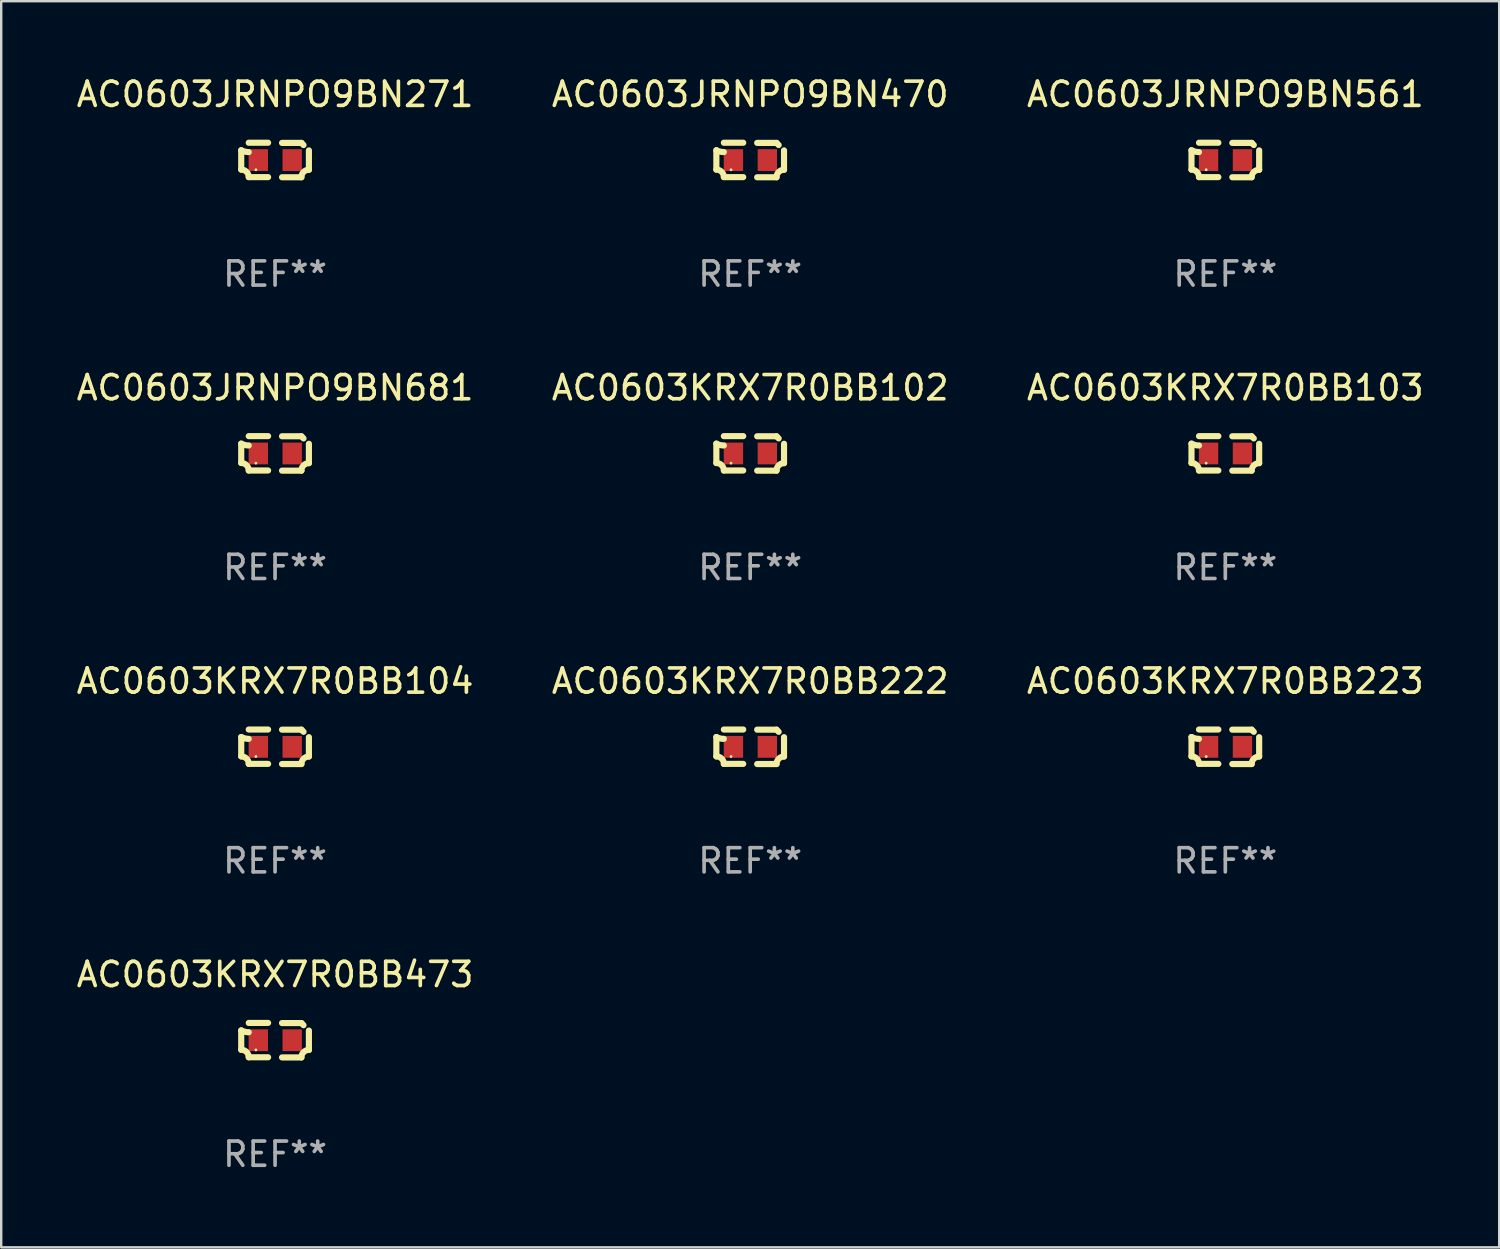
<source format=kicad_pcb>
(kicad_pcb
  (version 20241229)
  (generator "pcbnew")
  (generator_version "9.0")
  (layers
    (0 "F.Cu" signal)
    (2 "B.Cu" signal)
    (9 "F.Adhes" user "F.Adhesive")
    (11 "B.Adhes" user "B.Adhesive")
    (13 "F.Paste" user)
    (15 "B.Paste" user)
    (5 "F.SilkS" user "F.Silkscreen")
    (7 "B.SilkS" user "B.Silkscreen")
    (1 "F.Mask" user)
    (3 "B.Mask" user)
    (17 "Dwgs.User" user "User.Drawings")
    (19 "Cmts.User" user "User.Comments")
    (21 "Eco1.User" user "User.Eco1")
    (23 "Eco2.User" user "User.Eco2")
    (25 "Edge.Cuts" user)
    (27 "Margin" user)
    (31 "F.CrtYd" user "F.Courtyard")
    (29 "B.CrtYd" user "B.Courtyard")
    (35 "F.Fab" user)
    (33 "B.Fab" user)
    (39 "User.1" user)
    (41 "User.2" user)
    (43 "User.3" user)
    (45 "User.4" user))
  (footprint "AC0603KRX7R0BB104"
    (layer "F.Cu")
    (at 8.315 27.805)
    (property "Reference" "AC0603KRX7R0BB104" (at 0 -2.713 0) (layer "F.SilkS") (effects (font (size 1 1) (thickness 0.15))))
    (attr through_hole)
    (fp_line (start -1.398 -0.403) (end -1.398 0.397) (stroke (width 0.254) (type solid)) (layer "F.SilkS"))
    (fp_line (start -0.288 -0.713) (end -1.088 -0.713) (stroke (width 0.254) (type solid)) (layer "F.SilkS"))
    (fp_line (start -0.288 0.707) (end -1.088 0.707) (stroke (width 0.254) (type solid)) (layer "F.SilkS"))
    (fp_line (start 0.288 -0.707) (end 1.088 -0.707) (stroke (width 0.254) (type solid)) (layer "F.SilkS"))
    (fp_line (start 0.288 0.713) (end 1.088 0.713) (stroke (width 0.254) (type solid)) (layer "F.SilkS"))
    (fp_line (start 1.398 -0.397) (end 1.398 0.403) (stroke (width 0.254) (type solid)) (layer "F.SilkS"))
    (fp_arc (start -1.397789 0.397066) (mid -1.178701 0.487826) (end -1.08796 0.706922) (stroke (width 0.254001) (type solid)) (layer "F.SilkS"))
    (fp_arc (start -1.08796 -0.327176) (mid -1.247436 -0.346384) (end -1.39779 -0.402908) (stroke (width 0.254001) (type solid)) (layer "F.SilkS"))
    (fp_arc (start 1.087909 0.712738) (mid 1.178656 0.493655) (end 1.397739 0.402908) (stroke (width 0.254001) (type solid)) (layer "F.SilkS"))
    (fp_arc (start 1.175925 -0.618926) (mid 1.131917 -0.662923) (end 1.08791 -0.706922) (stroke (width 0.254001) (type solid)) (layer "F.SilkS"))
    (fp_circle (center -0.792 0.403) (end -0.762 0.403) (stroke (width 0.06) (type solid)) (fill no) (layer "F.SilkS"))
    (fp_text user "REF**" (at 0 4.713 0) (layer "F.Fab") (effects (font (size 1 1) (thickness 0.15))))
    (pad "1" smd rect (at -0.692 0.003) (size 0.8 0.9) (layers "F.Cu" "F.Mask" "F.Paste"))
    (pad "2" smd rect (at 0.708 0.003) (size 0.8 0.9) (layers "F.Cu" "F.Mask" "F.Paste")))
  (footprint "AC0603KRX7R0BB223"
    (layer "F.Cu")
    (at 47.577 27.805)
    (property "Reference" "AC0603KRX7R0BB223" (at 0 -2.713 0) (layer "F.SilkS") (effects (font (size 1 1) (thickness 0.15))))
    (attr through_hole)
    (fp_line (start -1.398 -0.403) (end -1.398 0.397) (stroke (width 0.254) (type solid)) (layer "F.SilkS"))
    (fp_line (start -0.288 -0.713) (end -1.088 -0.713) (stroke (width 0.254) (type solid)) (layer "F.SilkS"))
    (fp_line (start -0.288 0.707) (end -1.088 0.707) (stroke (width 0.254) (type solid)) (layer "F.SilkS"))
    (fp_line (start 0.288 -0.707) (end 1.088 -0.707) (stroke (width 0.254) (type solid)) (layer "F.SilkS"))
    (fp_line (start 0.288 0.713) (end 1.088 0.713) (stroke (width 0.254) (type solid)) (layer "F.SilkS"))
    (fp_line (start 1.398 -0.397) (end 1.398 0.403) (stroke (width 0.254) (type solid)) (layer "F.SilkS"))
    (fp_arc (start -1.397789 0.397066) (mid -1.178701 0.487826) (end -1.08796 0.706922) (stroke (width 0.254001) (type solid)) (layer "F.SilkS"))
    (fp_arc (start -1.08796 -0.327176) (mid -1.247436 -0.346384) (end -1.39779 -0.402908) (stroke (width 0.254001) (type solid)) (layer "F.SilkS"))
    (fp_arc (start 1.087909 0.712738) (mid 1.178656 0.493655) (end 1.397739 0.402908) (stroke (width 0.254001) (type solid)) (layer "F.SilkS"))
    (fp_arc (start 1.175925 -0.618926) (mid 1.131917 -0.662923) (end 1.08791 -0.706922) (stroke (width 0.254001) (type solid)) (layer "F.SilkS"))
    (fp_circle (center -0.792 0.403) (end -0.762 0.403) (stroke (width 0.06) (type solid)) (fill no) (layer "F.SilkS"))
    (fp_text user "REF**" (at 0 4.713 0) (layer "F.Fab") (effects (font (size 1 1) (thickness 0.15))))
    (pad "1" smd rect (at -0.692 0.003) (size 0.8 0.9) (layers "F.Cu" "F.Mask" "F.Paste"))
    (pad "2" smd rect (at 0.708 0.003) (size 0.8 0.9) (layers "F.Cu" "F.Mask" "F.Paste")))
  (footprint "AC0603JRNPO9BN681"
    (layer "F.Cu")
    (at 8.315 15.683)
    (property "Reference" "AC0603JRNPO9BN681" (at 0 -2.713 0) (layer "F.SilkS") (effects (font (size 1 1) (thickness 0.15))))
    (attr through_hole)
    (fp_line (start -1.398 -0.403) (end -1.398 0.397) (stroke (width 0.254) (type solid)) (layer "F.SilkS"))
    (fp_line (start -0.288 -0.713) (end -1.088 -0.713) (stroke (width 0.254) (type solid)) (layer "F.SilkS"))
    (fp_line (start -0.288 0.707) (end -1.088 0.707) (stroke (width 0.254) (type solid)) (layer "F.SilkS"))
    (fp_line (start 0.288 -0.707) (end 1.088 -0.707) (stroke (width 0.254) (type solid)) (layer "F.SilkS"))
    (fp_line (start 0.288 0.713) (end 1.088 0.713) (stroke (width 0.254) (type solid)) (layer "F.SilkS"))
    (fp_line (start 1.398 -0.397) (end 1.398 0.403) (stroke (width 0.254) (type solid)) (layer "F.SilkS"))
    (fp_arc (start -1.397789 0.397066) (mid -1.178701 0.487826) (end -1.08796 0.706922) (stroke (width 0.254001) (type solid)) (layer "F.SilkS"))
    (fp_arc (start -1.08796 -0.327176) (mid -1.247436 -0.346384) (end -1.39779 -0.402908) (stroke (width 0.254001) (type solid)) (layer "F.SilkS"))
    (fp_arc (start 1.087909 0.712738) (mid 1.178656 0.493655) (end 1.397739 0.402908) (stroke (width 0.254001) (type solid)) (layer "F.SilkS"))
    (fp_arc (start 1.175925 -0.618926) (mid 1.131917 -0.662923) (end 1.08791 -0.706922) (stroke (width 0.254001) (type solid)) (layer "F.SilkS"))
    (fp_circle (center -0.792 0.403) (end -0.762 0.403) (stroke (width 0.06) (type solid)) (fill no) (layer "F.SilkS"))
    (fp_text user "REF**" (at 0 4.713 0) (layer "F.Fab") (effects (font (size 1 1) (thickness 0.15))))
    (pad "1" smd rect (at -0.692 0.003) (size 0.8 0.9) (layers "F.Cu" "F.Mask" "F.Paste"))
    (pad "2" smd rect (at 0.708 0.003) (size 0.8 0.9) (layers "F.Cu" "F.Mask" "F.Paste")))
  (footprint "AC0603KRX7R0BB103"
    (layer "F.Cu")
    (at 47.577 15.683)
    (property "Reference" "AC0603KRX7R0BB103" (at 0 -2.713 0) (layer "F.SilkS") (effects (font (size 1 1) (thickness 0.15))))
    (attr through_hole)
    (fp_line (start -1.398 -0.403) (end -1.398 0.397) (stroke (width 0.254) (type solid)) (layer "F.SilkS"))
    (fp_line (start -0.288 -0.713) (end -1.088 -0.713) (stroke (width 0.254) (type solid)) (layer "F.SilkS"))
    (fp_line (start -0.288 0.707) (end -1.088 0.707) (stroke (width 0.254) (type solid)) (layer "F.SilkS"))
    (fp_line (start 0.288 -0.707) (end 1.088 -0.707) (stroke (width 0.254) (type solid)) (layer "F.SilkS"))
    (fp_line (start 0.288 0.713) (end 1.088 0.713) (stroke (width 0.254) (type solid)) (layer "F.SilkS"))
    (fp_line (start 1.398 -0.397) (end 1.398 0.403) (stroke (width 0.254) (type solid)) (layer "F.SilkS"))
    (fp_arc (start -1.397789 0.397066) (mid -1.178701 0.487826) (end -1.08796 0.706922) (stroke (width 0.254001) (type solid)) (layer "F.SilkS"))
    (fp_arc (start -1.08796 -0.327176) (mid -1.247436 -0.346384) (end -1.39779 -0.402908) (stroke (width 0.254001) (type solid)) (layer "F.SilkS"))
    (fp_arc (start 1.087909 0.712738) (mid 1.178656 0.493655) (end 1.397739 0.402908) (stroke (width 0.254001) (type solid)) (layer "F.SilkS"))
    (fp_arc (start 1.175925 -0.618926) (mid 1.131917 -0.662923) (end 1.08791 -0.706922) (stroke (width 0.254001) (type solid)) (layer "F.SilkS"))
    (fp_circle (center -0.792 0.403) (end -0.762 0.403) (stroke (width 0.06) (type solid)) (fill no) (layer "F.SilkS"))
    (fp_text user "REF**" (at 0 4.713 0) (layer "F.Fab") (effects (font (size 1 1) (thickness 0.15))))
    (pad "1" smd rect (at -0.692 0.003) (size 0.8 0.9) (layers "F.Cu" "F.Mask" "F.Paste"))
    (pad "2" smd rect (at 0.708 0.003) (size 0.8 0.9) (layers "F.Cu" "F.Mask" "F.Paste")))
  (footprint "AC0603KRX7R0BB102"
    (layer "F.Cu")
    (at 27.946 15.683)
    (property "Reference" "AC0603KRX7R0BB102" (at 0 -2.713 0) (layer "F.SilkS") (effects (font (size 1 1) (thickness 0.15))))
    (attr through_hole)
    (fp_line (start -1.398 -0.403) (end -1.398 0.397) (stroke (width 0.254) (type solid)) (layer "F.SilkS"))
    (fp_line (start -0.288 -0.713) (end -1.088 -0.713) (stroke (width 0.254) (type solid)) (layer "F.SilkS"))
    (fp_line (start -0.288 0.707) (end -1.088 0.707) (stroke (width 0.254) (type solid)) (layer "F.SilkS"))
    (fp_line (start 0.288 -0.707) (end 1.088 -0.707) (stroke (width 0.254) (type solid)) (layer "F.SilkS"))
    (fp_line (start 0.288 0.713) (end 1.088 0.713) (stroke (width 0.254) (type solid)) (layer "F.SilkS"))
    (fp_line (start 1.398 -0.397) (end 1.398 0.403) (stroke (width 0.254) (type solid)) (layer "F.SilkS"))
    (fp_arc (start -1.397789 0.397066) (mid -1.178701 0.487826) (end -1.08796 0.706922) (stroke (width 0.254001) (type solid)) (layer "F.SilkS"))
    (fp_arc (start -1.08796 -0.327176) (mid -1.247436 -0.346384) (end -1.39779 -0.402908) (stroke (width 0.254001) (type solid)) (layer "F.SilkS"))
    (fp_arc (start 1.087909 0.712738) (mid 1.178656 0.493655) (end 1.397739 0.402908) (stroke (width 0.254001) (type solid)) (layer "F.SilkS"))
    (fp_arc (start 1.175925 -0.618926) (mid 1.131917 -0.662923) (end 1.08791 -0.706922) (stroke (width 0.254001) (type solid)) (layer "F.SilkS"))
    (fp_circle (center -0.792 0.403) (end -0.762 0.403) (stroke (width 0.06) (type solid)) (fill no) (layer "F.SilkS"))
    (fp_text user "REF**" (at 0 4.713 0) (layer "F.Fab") (effects (font (size 1 1) (thickness 0.15))))
    (pad "1" smd rect (at -0.692 0.003) (size 0.8 0.9) (layers "F.Cu" "F.Mask" "F.Paste"))
    (pad "2" smd rect (at 0.708 0.003) (size 0.8 0.9) (layers "F.Cu" "F.Mask" "F.Paste")))
  (footprint "AC0603JRNPO9BN271"
    (layer "F.Cu")
    (at 8.315 3.561)
    (property "Reference" "AC0603JRNPO9BN271" (at 0 -2.713 0) (layer "F.SilkS") (effects (font (size 1 1) (thickness 0.15))))
    (attr through_hole)
    (fp_line (start -1.398 -0.403) (end -1.398 0.397) (stroke (width 0.254) (type solid)) (layer "F.SilkS"))
    (fp_line (start -0.288 -0.713) (end -1.088 -0.713) (stroke (width 0.254) (type solid)) (layer "F.SilkS"))
    (fp_line (start -0.288 0.707) (end -1.088 0.707) (stroke (width 0.254) (type solid)) (layer "F.SilkS"))
    (fp_line (start 0.288 -0.707) (end 1.088 -0.707) (stroke (width 0.254) (type solid)) (layer "F.SilkS"))
    (fp_line (start 0.288 0.713) (end 1.088 0.713) (stroke (width 0.254) (type solid)) (layer "F.SilkS"))
    (fp_line (start 1.398 -0.397) (end 1.398 0.403) (stroke (width 0.254) (type solid)) (layer "F.SilkS"))
    (fp_arc (start -1.397789 0.397066) (mid -1.178701 0.487826) (end -1.08796 0.706922) (stroke (width 0.254001) (type solid)) (layer "F.SilkS"))
    (fp_arc (start -1.08796 -0.327176) (mid -1.247436 -0.346384) (end -1.39779 -0.402908) (stroke (width 0.254001) (type solid)) (layer "F.SilkS"))
    (fp_arc (start 1.087909 0.712738) (mid 1.178656 0.493655) (end 1.397739 0.402908) (stroke (width 0.254001) (type solid)) (layer "F.SilkS"))
    (fp_arc (start 1.175925 -0.618926) (mid 1.131917 -0.662923) (end 1.08791 -0.706922) (stroke (width 0.254001) (type solid)) (layer "F.SilkS"))
    (fp_circle (center -0.792 0.403) (end -0.762 0.403) (stroke (width 0.06) (type solid)) (fill no) (layer "F.SilkS"))
    (fp_text user "REF**" (at 0 4.713 0) (layer "F.Fab") (effects (font (size 1 1) (thickness 0.15))))
    (pad "1" smd rect (at -0.692 0.003) (size 0.8 0.9) (layers "F.Cu" "F.Mask" "F.Paste"))
    (pad "2" smd rect (at 0.708 0.003) (size 0.8 0.9) (layers "F.Cu" "F.Mask" "F.Paste")))
  (footprint "AC0603KRX7R0BB222"
    (layer "F.Cu")
    (at 27.946 27.805)
    (property "Reference" "AC0603KRX7R0BB222" (at 0 -2.713 0) (layer "F.SilkS") (effects (font (size 1 1) (thickness 0.15))))
    (attr through_hole)
    (fp_line (start -1.398 -0.403) (end -1.398 0.397) (stroke (width 0.254) (type solid)) (layer "F.SilkS"))
    (fp_line (start -0.288 -0.713) (end -1.088 -0.713) (stroke (width 0.254) (type solid)) (layer "F.SilkS"))
    (fp_line (start -0.288 0.707) (end -1.088 0.707) (stroke (width 0.254) (type solid)) (layer "F.SilkS"))
    (fp_line (start 0.288 -0.707) (end 1.088 -0.707) (stroke (width 0.254) (type solid)) (layer "F.SilkS"))
    (fp_line (start 0.288 0.713) (end 1.088 0.713) (stroke (width 0.254) (type solid)) (layer "F.SilkS"))
    (fp_line (start 1.398 -0.397) (end 1.398 0.403) (stroke (width 0.254) (type solid)) (layer "F.SilkS"))
    (fp_arc (start -1.397789 0.397066) (mid -1.178701 0.487826) (end -1.08796 0.706922) (stroke (width 0.254001) (type solid)) (layer "F.SilkS"))
    (fp_arc (start -1.08796 -0.327176) (mid -1.247436 -0.346384) (end -1.39779 -0.402908) (stroke (width 0.254001) (type solid)) (layer "F.SilkS"))
    (fp_arc (start 1.087909 0.712738) (mid 1.178656 0.493655) (end 1.397739 0.402908) (stroke (width 0.254001) (type solid)) (layer "F.SilkS"))
    (fp_arc (start 1.175925 -0.618926) (mid 1.131917 -0.662923) (end 1.08791 -0.706922) (stroke (width 0.254001) (type solid)) (layer "F.SilkS"))
    (fp_circle (center -0.792 0.403) (end -0.762 0.403) (stroke (width 0.06) (type solid)) (fill no) (layer "F.SilkS"))
    (fp_text user "REF**" (at 0 4.713 0) (layer "F.Fab") (effects (font (size 1 1) (thickness 0.15))))
    (pad "1" smd rect (at -0.692 0.003) (size 0.8 0.9) (layers "F.Cu" "F.Mask" "F.Paste"))
    (pad "2" smd rect (at 0.708 0.003) (size 0.8 0.9) (layers "F.Cu" "F.Mask" "F.Paste")))
  (footprint "AC0603JRNPO9BN470"
    (layer "F.Cu")
    (at 27.946 3.561)
    (property "Reference" "AC0603JRNPO9BN470" (at 0 -2.713 0) (layer "F.SilkS") (effects (font (size 1 1) (thickness 0.15))))
    (attr through_hole)
    (fp_line (start -1.398 -0.403) (end -1.398 0.397) (stroke (width 0.254) (type solid)) (layer "F.SilkS"))
    (fp_line (start -0.288 -0.713) (end -1.088 -0.713) (stroke (width 0.254) (type solid)) (layer "F.SilkS"))
    (fp_line (start -0.288 0.707) (end -1.088 0.707) (stroke (width 0.254) (type solid)) (layer "F.SilkS"))
    (fp_line (start 0.288 -0.707) (end 1.088 -0.707) (stroke (width 0.254) (type solid)) (layer "F.SilkS"))
    (fp_line (start 0.288 0.713) (end 1.088 0.713) (stroke (width 0.254) (type solid)) (layer "F.SilkS"))
    (fp_line (start 1.398 -0.397) (end 1.398 0.403) (stroke (width 0.254) (type solid)) (layer "F.SilkS"))
    (fp_arc (start -1.397789 0.397066) (mid -1.178701 0.487826) (end -1.08796 0.706922) (stroke (width 0.254001) (type solid)) (layer "F.SilkS"))
    (fp_arc (start -1.08796 -0.327176) (mid -1.247436 -0.346384) (end -1.39779 -0.402908) (stroke (width 0.254001) (type solid)) (layer "F.SilkS"))
    (fp_arc (start 1.087909 0.712738) (mid 1.178656 0.493655) (end 1.397739 0.402908) (stroke (width 0.254001) (type solid)) (layer "F.SilkS"))
    (fp_arc (start 1.175925 -0.618926) (mid 1.131917 -0.662923) (end 1.08791 -0.706922) (stroke (width 0.254001) (type solid)) (layer "F.SilkS"))
    (fp_circle (center -0.792 0.403) (end -0.762 0.403) (stroke (width 0.06) (type solid)) (fill no) (layer "F.SilkS"))
    (fp_text user "REF**" (at 0 4.713 0) (layer "F.Fab") (effects (font (size 1 1) (thickness 0.15))))
    (pad "1" smd rect (at -0.692 0.003) (size 0.8 0.9) (layers "F.Cu" "F.Mask" "F.Paste"))
    (pad "2" smd rect (at 0.708 0.003) (size 0.8 0.9) (layers "F.Cu" "F.Mask" "F.Paste")))
  (footprint "AC0603JRNPO9BN561"
    (layer "F.Cu")
    (at 47.577 3.561)
    (property "Reference" "AC0603JRNPO9BN561" (at 0 -2.713 0) (layer "F.SilkS") (effects (font (size 1 1) (thickness 0.15))))
    (attr through_hole)
    (fp_line (start -1.398 -0.403) (end -1.398 0.397) (stroke (width 0.254) (type solid)) (layer "F.SilkS"))
    (fp_line (start -0.288 -0.713) (end -1.088 -0.713) (stroke (width 0.254) (type solid)) (layer "F.SilkS"))
    (fp_line (start -0.288 0.707) (end -1.088 0.707) (stroke (width 0.254) (type solid)) (layer "F.SilkS"))
    (fp_line (start 0.288 -0.707) (end 1.088 -0.707) (stroke (width 0.254) (type solid)) (layer "F.SilkS"))
    (fp_line (start 0.288 0.713) (end 1.088 0.713) (stroke (width 0.254) (type solid)) (layer "F.SilkS"))
    (fp_line (start 1.398 -0.397) (end 1.398 0.403) (stroke (width 0.254) (type solid)) (layer "F.SilkS"))
    (fp_arc (start -1.397789 0.397066) (mid -1.178701 0.487826) (end -1.08796 0.706922) (stroke (width 0.254001) (type solid)) (layer "F.SilkS"))
    (fp_arc (start -1.08796 -0.327176) (mid -1.247436 -0.346384) (end -1.39779 -0.402908) (stroke (width 0.254001) (type solid)) (layer "F.SilkS"))
    (fp_arc (start 1.087909 0.712738) (mid 1.178656 0.493655) (end 1.397739 0.402908) (stroke (width 0.254001) (type solid)) (layer "F.SilkS"))
    (fp_arc (start 1.175925 -0.618926) (mid 1.131917 -0.662923) (end 1.08791 -0.706922) (stroke (width 0.254001) (type solid)) (layer "F.SilkS"))
    (fp_circle (center -0.792 0.403) (end -0.762 0.403) (stroke (width 0.06) (type solid)) (fill no) (layer "F.SilkS"))
    (fp_text user "REF**" (at 0 4.713 0) (layer "F.Fab") (effects (font (size 1 1) (thickness 0.15))))
    (pad "1" smd rect (at -0.692 0.003) (size 0.8 0.9) (layers "F.Cu" "F.Mask" "F.Paste"))
    (pad "2" smd rect (at 0.708 0.003) (size 0.8 0.9) (layers "F.Cu" "F.Mask" "F.Paste")))
  (footprint "AC0603KRX7R0BB473"
    (layer "F.Cu")
    (at 8.315 39.927)
    (property "Reference" "AC0603KRX7R0BB473" (at 0 -2.713 0) (layer "F.SilkS") (effects (font (size 1 1) (thickness 0.15))))
    (attr through_hole)
    (fp_line (start -1.398 -0.403) (end -1.398 0.397) (stroke (width 0.254) (type solid)) (layer "F.SilkS"))
    (fp_line (start -0.288 -0.713) (end -1.088 -0.713) (stroke (width 0.254) (type solid)) (layer "F.SilkS"))
    (fp_line (start -0.288 0.707) (end -1.088 0.707) (stroke (width 0.254) (type solid)) (layer "F.SilkS"))
    (fp_line (start 0.288 -0.707) (end 1.088 -0.707) (stroke (width 0.254) (type solid)) (layer "F.SilkS"))
    (fp_line (start 0.288 0.713) (end 1.088 0.713) (stroke (width 0.254) (type solid)) (layer "F.SilkS"))
    (fp_line (start 1.398 -0.397) (end 1.398 0.403) (stroke (width 0.254) (type solid)) (layer "F.SilkS"))
    (fp_arc (start -1.397789 0.397066) (mid -1.178701 0.487826) (end -1.08796 0.706922) (stroke (width 0.254001) (type solid)) (layer "F.SilkS"))
    (fp_arc (start -1.08796 -0.327176) (mid -1.247436 -0.346384) (end -1.39779 -0.402908) (stroke (width 0.254001) (type solid)) (layer "F.SilkS"))
    (fp_arc (start 1.087909 0.712738) (mid 1.178656 0.493655) (end 1.397739 0.402908) (stroke (width 0.254001) (type solid)) (layer "F.SilkS"))
    (fp_arc (start 1.175925 -0.618926) (mid 1.131917 -0.662923) (end 1.08791 -0.706922) (stroke (width 0.254001) (type solid)) (layer "F.SilkS"))
    (fp_circle (center -0.792 0.403) (end -0.762 0.403) (stroke (width 0.06) (type solid)) (fill no) (layer "F.SilkS"))
    (fp_text user "REF**" (at 0 4.713 0) (layer "F.Fab") (effects (font (size 1 1) (thickness 0.15))))
    (pad "1" smd rect (at -0.692 0.003) (size 0.8 0.9) (layers "F.Cu" "F.Mask" "F.Paste"))
    (pad "2" smd rect (at 0.708 0.003) (size 0.8 0.9) (layers "F.Cu" "F.Mask" "F.Paste")))
  (gr_rect
    (start -3 -3)
    (end 58.893 48.488)
    (stroke (width 0.1) (type default))
    (fill no)
    (layer "Edge.Cuts")))
</source>
